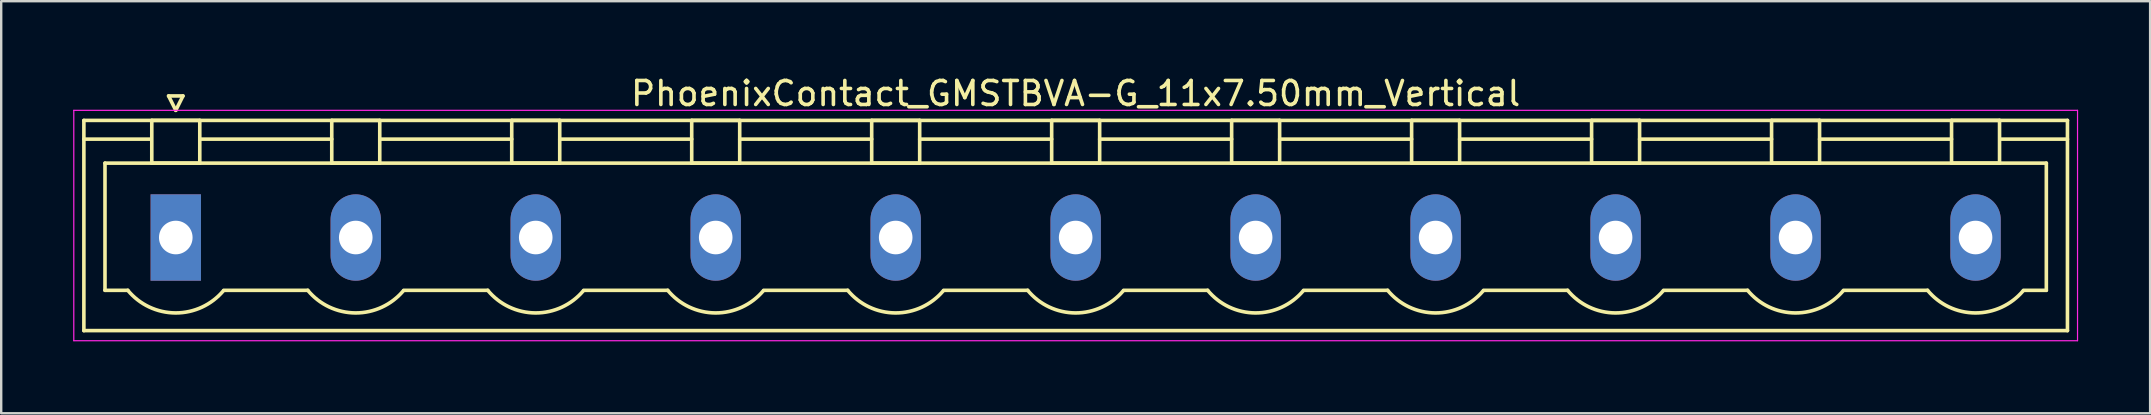
<source format=kicad_pcb>
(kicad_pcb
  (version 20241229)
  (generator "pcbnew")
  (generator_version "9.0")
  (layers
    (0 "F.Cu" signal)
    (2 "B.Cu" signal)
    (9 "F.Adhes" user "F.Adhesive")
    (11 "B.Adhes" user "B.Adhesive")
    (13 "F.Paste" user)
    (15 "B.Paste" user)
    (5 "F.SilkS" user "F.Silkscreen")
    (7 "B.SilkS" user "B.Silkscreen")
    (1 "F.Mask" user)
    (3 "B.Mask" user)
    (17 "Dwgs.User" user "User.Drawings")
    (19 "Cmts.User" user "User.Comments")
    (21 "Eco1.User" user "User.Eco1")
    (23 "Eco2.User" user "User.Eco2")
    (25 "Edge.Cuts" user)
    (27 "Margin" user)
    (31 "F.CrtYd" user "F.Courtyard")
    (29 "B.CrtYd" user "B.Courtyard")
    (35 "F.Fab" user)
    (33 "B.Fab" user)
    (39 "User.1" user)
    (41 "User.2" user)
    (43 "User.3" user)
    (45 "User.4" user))
  (footprint "PhoenixContact_GMSTBVA-G_11x7.50mm_Vertical"
    (layer "F.Cu")
    (at 4.275 6.848)
    (property "Reference" "PhoenixContact_GMSTBVA-G_11x7.50mm_Vertical" (at 37.5 -6 0) (layer "F.SilkS") (effects (font (size 1 1) (thickness 0.15))))
    (attr through_hole)
    (fp_line (start -3.83 -4.88) (end -3.83 3.88) (stroke (width 0.15) (type solid)) (layer "F.SilkS"))
    (fp_line (start -3.83 -4.1) (end -1.08 -4.1) (stroke (width 0.15) (type solid)) (layer "F.SilkS"))
    (fp_line (start -3.83 3.88) (end 78.83 3.88) (stroke (width 0.15) (type solid)) (layer "F.SilkS"))
    (fp_line (start -2.95 -3.1) (end 77.95 -3.1) (stroke (width 0.15) (type solid)) (layer "F.SilkS"))
    (fp_line (start -2.95 2.2) (end -2.95 -3.1) (stroke (width 0.15) (type solid)) (layer "F.SilkS"))
    (fp_line (start -2 2.2) (end -2.95 2.2) (stroke (width 0.15) (type solid)) (layer "F.SilkS"))
    (fp_line (start -1 -4.88) (end 1 -4.88) (stroke (width 0.15) (type solid)) (layer "F.SilkS"))
    (fp_line (start -1 -3.1) (end -1 -4.88) (stroke (width 0.15) (type solid)) (layer "F.SilkS"))
    (fp_line (start -0.3 -5.9) (end 0 -5.3) (stroke (width 0.15) (type solid)) (layer "F.SilkS"))
    (fp_line (start 0 -5.3) (end 0.3 -5.9) (stroke (width 0.15) (type solid)) (layer "F.SilkS"))
    (fp_line (start 0.3 -5.9) (end -0.3 -5.9) (stroke (width 0.15) (type solid)) (layer "F.SilkS"))
    (fp_line (start 1 -4.88) (end 1 -3.1) (stroke (width 0.15) (type solid)) (layer "F.SilkS"))
    (fp_line (start 1 -4.1) (end 6.5 -4.1) (stroke (width 0.15) (type solid)) (layer "F.SilkS"))
    (fp_line (start 1 -3.1) (end -1 -3.1) (stroke (width 0.15) (type solid)) (layer "F.SilkS"))
    (fp_line (start 2 2.2) (end 5.5 2.2) (stroke (width 0.15) (type solid)) (layer "F.SilkS"))
    (fp_line (start 6.5 -4.88) (end 8.5 -4.88) (stroke (width 0.15) (type solid)) (layer "F.SilkS"))
    (fp_line (start 6.5 -3.1) (end 6.5 -4.88) (stroke (width 0.15) (type solid)) (layer "F.SilkS"))
    (fp_line (start 8.5 -4.88) (end 8.5 -3.1) (stroke (width 0.15) (type solid)) (layer "F.SilkS"))
    (fp_line (start 8.5 -4.1) (end 14 -4.1) (stroke (width 0.15) (type solid)) (layer "F.SilkS"))
    (fp_line (start 8.5 -3.1) (end 6.5 -3.1) (stroke (width 0.15) (type solid)) (layer "F.SilkS"))
    (fp_line (start 9.5 2.2) (end 13 2.2) (stroke (width 0.15) (type solid)) (layer "F.SilkS"))
    (fp_line (start 14 -4.88) (end 16 -4.88) (stroke (width 0.15) (type solid)) (layer "F.SilkS"))
    (fp_line (start 14 -3.1) (end 14 -4.88) (stroke (width 0.15) (type solid)) (layer "F.SilkS"))
    (fp_line (start 16 -4.88) (end 16 -3.1) (stroke (width 0.15) (type solid)) (layer "F.SilkS"))
    (fp_line (start 16 -4.1) (end 21.5 -4.1) (stroke (width 0.15) (type solid)) (layer "F.SilkS"))
    (fp_line (start 16 -3.1) (end 14 -3.1) (stroke (width 0.15) (type solid)) (layer "F.SilkS"))
    (fp_line (start 17 2.2) (end 20.5 2.2) (stroke (width 0.15) (type solid)) (layer "F.SilkS"))
    (fp_line (start 21.5 -4.88) (end 23.5 -4.88) (stroke (width 0.15) (type solid)) (layer "F.SilkS"))
    (fp_line (start 21.5 -3.1) (end 21.5 -4.88) (stroke (width 0.15) (type solid)) (layer "F.SilkS"))
    (fp_line (start 23.5 -4.88) (end 23.5 -3.1) (stroke (width 0.15) (type solid)) (layer "F.SilkS"))
    (fp_line (start 23.5 -4.1) (end 29 -4.1) (stroke (width 0.15) (type solid)) (layer "F.SilkS"))
    (fp_line (start 23.5 -3.1) (end 21.5 -3.1) (stroke (width 0.15) (type solid)) (layer "F.SilkS"))
    (fp_line (start 24.5 2.2) (end 28 2.2) (stroke (width 0.15) (type solid)) (layer "F.SilkS"))
    (fp_line (start 29 -4.88) (end 31 -4.88) (stroke (width 0.15) (type solid)) (layer "F.SilkS"))
    (fp_line (start 29 -3.1) (end 29 -4.88) (stroke (width 0.15) (type solid)) (layer "F.SilkS"))
    (fp_line (start 31 -4.88) (end 31 -3.1) (stroke (width 0.15) (type solid)) (layer "F.SilkS"))
    (fp_line (start 31 -4.1) (end 36.5 -4.1) (stroke (width 0.15) (type solid)) (layer "F.SilkS"))
    (fp_line (start 31 -3.1) (end 29 -3.1) (stroke (width 0.15) (type solid)) (layer "F.SilkS"))
    (fp_line (start 32 2.2) (end 35.5 2.2) (stroke (width 0.15) (type solid)) (layer "F.SilkS"))
    (fp_line (start 36.5 -4.88) (end 38.5 -4.88) (stroke (width 0.15) (type solid)) (layer "F.SilkS"))
    (fp_line (start 36.5 -3.1) (end 36.5 -4.88) (stroke (width 0.15) (type solid)) (layer "F.SilkS"))
    (fp_line (start 38.5 -4.88) (end 38.5 -3.1) (stroke (width 0.15) (type solid)) (layer "F.SilkS"))
    (fp_line (start 38.5 -4.1) (end 44 -4.1) (stroke (width 0.15) (type solid)) (layer "F.SilkS"))
    (fp_line (start 38.5 -3.1) (end 36.5 -3.1) (stroke (width 0.15) (type solid)) (layer "F.SilkS"))
    (fp_line (start 39.5 2.2) (end 43 2.2) (stroke (width 0.15) (type solid)) (layer "F.SilkS"))
    (fp_line (start 44 -4.88) (end 46 -4.88) (stroke (width 0.15) (type solid)) (layer "F.SilkS"))
    (fp_line (start 44 -3.1) (end 44 -4.88) (stroke (width 0.15) (type solid)) (layer "F.SilkS"))
    (fp_line (start 46 -4.88) (end 46 -3.1) (stroke (width 0.15) (type solid)) (layer "F.SilkS"))
    (fp_line (start 46 -4.1) (end 51.5 -4.1) (stroke (width 0.15) (type solid)) (layer "F.SilkS"))
    (fp_line (start 46 -3.1) (end 44 -3.1) (stroke (width 0.15) (type solid)) (layer "F.SilkS"))
    (fp_line (start 47 2.2) (end 50.5 2.2) (stroke (width 0.15) (type solid)) (layer "F.SilkS"))
    (fp_line (start 51.5 -4.88) (end 53.5 -4.88) (stroke (width 0.15) (type solid)) (layer "F.SilkS"))
    (fp_line (start 51.5 -3.1) (end 51.5 -4.88) (stroke (width 0.15) (type solid)) (layer "F.SilkS"))
    (fp_line (start 53.5 -4.88) (end 53.5 -3.1) (stroke (width 0.15) (type solid)) (layer "F.SilkS"))
    (fp_line (start 53.5 -4.1) (end 59 -4.1) (stroke (width 0.15) (type solid)) (layer "F.SilkS"))
    (fp_line (start 53.5 -3.1) (end 51.5 -3.1) (stroke (width 0.15) (type solid)) (layer "F.SilkS"))
    (fp_line (start 54.5 2.2) (end 58 2.2) (stroke (width 0.15) (type solid)) (layer "F.SilkS"))
    (fp_line (start 59 -4.88) (end 61 -4.88) (stroke (width 0.15) (type solid)) (layer "F.SilkS"))
    (fp_line (start 59 -3.1) (end 59 -4.88) (stroke (width 0.15) (type solid)) (layer "F.SilkS"))
    (fp_line (start 61 -4.88) (end 61 -3.1) (stroke (width 0.15) (type solid)) (layer "F.SilkS"))
    (fp_line (start 61 -4.1) (end 66.5 -4.1) (stroke (width 0.15) (type solid)) (layer "F.SilkS"))
    (fp_line (start 61 -3.1) (end 59 -3.1) (stroke (width 0.15) (type solid)) (layer "F.SilkS"))
    (fp_line (start 62 2.2) (end 65.5 2.2) (stroke (width 0.15) (type solid)) (layer "F.SilkS"))
    (fp_line (start 66.5 -4.88) (end 68.5 -4.88) (stroke (width 0.15) (type solid)) (layer "F.SilkS"))
    (fp_line (start 66.5 -3.1) (end 66.5 -4.88) (stroke (width 0.15) (type solid)) (layer "F.SilkS"))
    (fp_line (start 68.5 -4.88) (end 68.5 -3.1) (stroke (width 0.15) (type solid)) (layer "F.SilkS"))
    (fp_line (start 68.5 -4.1) (end 74 -4.1) (stroke (width 0.15) (type solid)) (layer "F.SilkS"))
    (fp_line (start 68.5 -3.1) (end 66.5 -3.1) (stroke (width 0.15) (type solid)) (layer "F.SilkS"))
    (fp_line (start 69.5 2.2) (end 73 2.2) (stroke (width 0.15) (type solid)) (layer "F.SilkS"))
    (fp_line (start 74 -4.88) (end 76 -4.88) (stroke (width 0.15) (type solid)) (layer "F.SilkS"))
    (fp_line (start 74 -3.1) (end 74 -4.88) (stroke (width 0.15) (type solid)) (layer "F.SilkS"))
    (fp_line (start 76 -4.88) (end 76 -3.1) (stroke (width 0.15) (type solid)) (layer "F.SilkS"))
    (fp_line (start 76 -3.1) (end 74 -3.1) (stroke (width 0.15) (type solid)) (layer "F.SilkS"))
    (fp_line (start 77.95 -3.1) (end 77.95 2.2) (stroke (width 0.15) (type solid)) (layer "F.SilkS"))
    (fp_line (start 77.95 2.2) (end 77 2.2) (stroke (width 0.15) (type solid)) (layer "F.SilkS"))
    (fp_line (start 78.83 -4.88) (end -3.83 -4.88) (stroke (width 0.15) (type solid)) (layer "F.SilkS"))
    (fp_line (start 78.83 -4.1) (end 76.08 -4.1) (stroke (width 0.15) (type solid)) (layer "F.SilkS"))
    (fp_line (start 78.83 3.88) (end 78.83 -4.88) (stroke (width 0.15) (type solid)) (layer "F.SilkS"))
    (fp_arc (start 1.986842 2.215821) (mid -0.010289 3.142758) (end -2 2.2) (stroke (width 0.15) (type solid)) (layer "F.SilkS"))
    (fp_arc (start 9.486842 2.215821) (mid 7.489711 3.142758) (end 5.5 2.2) (stroke (width 0.15) (type solid)) (layer "F.SilkS"))
    (fp_arc (start 16.986842 2.215821) (mid 14.989711 3.142758) (end 13 2.2) (stroke (width 0.15) (type solid)) (layer "F.SilkS"))
    (fp_arc (start 24.486842 2.215821) (mid 22.489711 3.142758) (end 20.5 2.2) (stroke (width 0.15) (type solid)) (layer "F.SilkS"))
    (fp_arc (start 31.986842 2.215821) (mid 29.989711 3.142758) (end 28 2.2) (stroke (width 0.15) (type solid)) (layer "F.SilkS"))
    (fp_arc (start 39.486842 2.215821) (mid 37.489711 3.142758) (end 35.5 2.2) (stroke (width 0.15) (type solid)) (layer "F.SilkS"))
    (fp_arc (start 46.986842 2.215821) (mid 44.989711 3.142758) (end 43 2.2) (stroke (width 0.15) (type solid)) (layer "F.SilkS"))
    (fp_arc (start 54.486842 2.215821) (mid 52.489711 3.142758) (end 50.5 2.2) (stroke (width 0.15) (type solid)) (layer "F.SilkS"))
    (fp_arc (start 61.986842 2.215821) (mid 59.989711 3.142758) (end 58 2.2) (stroke (width 0.15) (type solid)) (layer "F.SilkS"))
    (fp_arc (start 69.486842 2.215821) (mid 67.489711 3.142758) (end 65.5 2.2) (stroke (width 0.15) (type solid)) (layer "F.SilkS"))
    (fp_arc (start 76.986842 2.215821) (mid 74.989711 3.142758) (end 73 2.2) (stroke (width 0.15) (type solid)) (layer "F.SilkS"))
    (fp_line (start -4.25 -5.3) (end -4.25 4.3) (stroke (width 0.05) (type solid)) (layer "F.CrtYd"))
    (fp_line (start -4.25 4.3) (end 79.25 4.3) (stroke (width 0.05) (type solid)) (layer "F.CrtYd"))
    (fp_line (start 79.25 -5.3) (end -4.25 -5.3) (stroke (width 0.05) (type solid)) (layer "F.CrtYd"))
    (fp_line (start 79.25 4.3) (end 79.25 -5.3) (stroke (width 0.05) (type solid)) (layer "F.CrtYd"))
    (pad "1" thru_hole rect (at 0 0) (size 2.1 3.6) (drill 1.4) (layers "*.Cu" "*.Mask"))
    (pad "2" thru_hole oval (at 7.5 0) (size 2.1 3.6) (drill 1.4) (layers "*.Cu" "*.Mask"))
    (pad "3" thru_hole oval (at 15 0) (size 2.1 3.6) (drill 1.4) (layers "*.Cu" "*.Mask"))
    (pad "4" thru_hole oval (at 22.5 0) (size 2.1 3.6) (drill 1.4) (layers "*.Cu" "*.Mask"))
    (pad "5" thru_hole oval (at 30 0) (size 2.1 3.6) (drill 1.4) (layers "*.Cu" "*.Mask"))
    (pad "6" thru_hole oval (at 37.5 0) (size 2.1 3.6) (drill 1.4) (layers "*.Cu" "*.Mask"))
    (pad "7" thru_hole oval (at 45 0) (size 2.1 3.6) (drill 1.4) (layers "*.Cu" "*.Mask"))
    (pad "8" thru_hole oval (at 52.5 0) (size 2.1 3.6) (drill 1.4) (layers "*.Cu" "*.Mask"))
    (pad "9" thru_hole oval (at 60 0) (size 2.1 3.6) (drill 1.4) (layers "*.Cu" "*.Mask"))
    (pad "10" thru_hole oval (at 67.5 0) (size 2.1 3.6) (drill 1.4) (layers "*.Cu" "*.Mask"))
    (pad "11" thru_hole oval (at 75 0) (size 2.1 3.6) (drill 1.4) (layers "*.Cu" "*.Mask")))
  (gr_rect
    (start -3 -3)
    (end 86.55 14.173)
    (stroke (width 0.1) (type default))
    (fill no)
    (layer "Edge.Cuts")))
</source>
